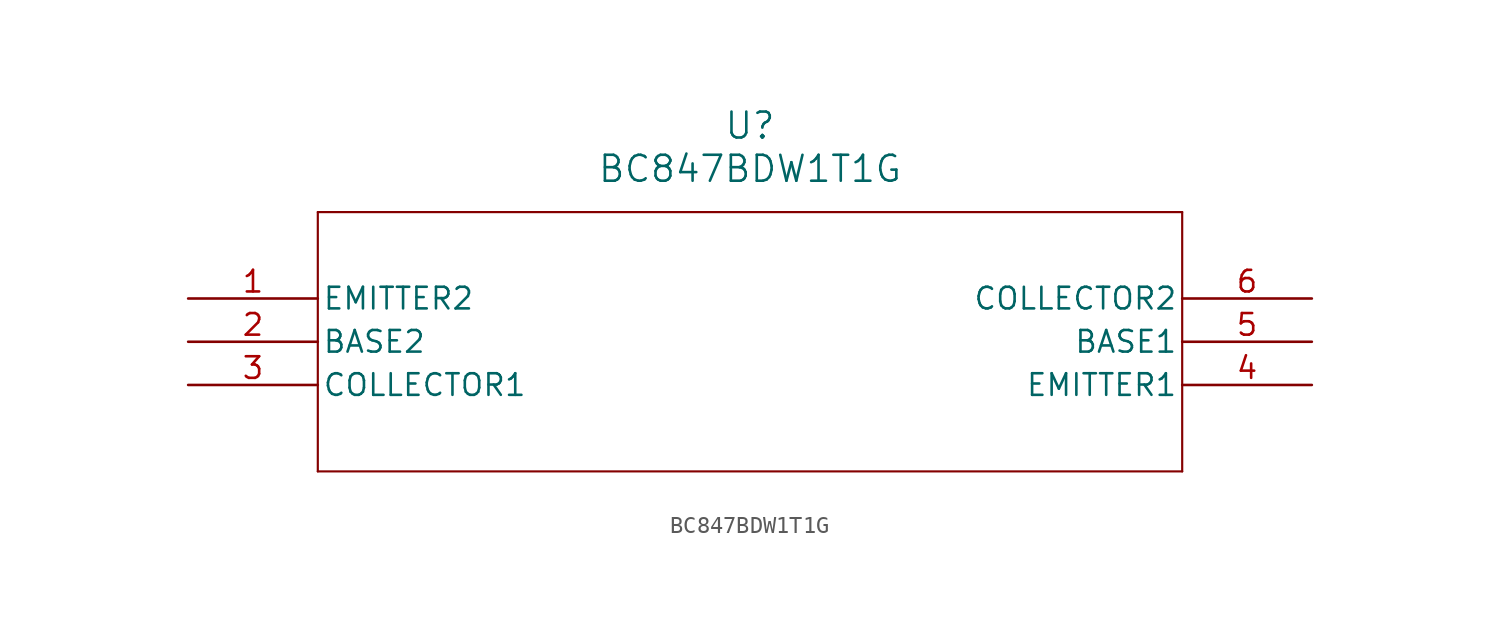
<source format=kicad_sym>
(kicad_symbol_lib
  (version 20211014)
  (generator kicad_symbol_editor)
  (symbol "BC847BDW1T1G"
    (pin_names
      (offset 0.254))
    (property "Reference" "U"
      (at 33.02 10.16 0)
      (effects (font (size 1.524 1.524))))
    (property "Value" "BC847BDW1T1G"
      (at 33.02 7.62 0)
      (effects (font (size 1.524 1.524))))
    (symbol "BC847BDW1T1G_0_1"
      (polyline (pts (xy 7.62 5.08) (xy 7.62 -10.16)) (stroke (width 0.127) (type default) (color 0 0 0 0)) (fill (type none)))
      (polyline (pts (xy 7.62 -10.16) (xy 58.42 -10.16)) (stroke (width 0.127) (type default) (color 0 0 0 0)) (fill (type none)))
      (polyline (pts (xy 58.42 -10.16) (xy 58.42 5.08)) (stroke (width 0.127) (type default) (color 0 0 0 0)) (fill (type none)))
      (polyline (pts (xy 58.42 5.08) (xy 7.62 5.08)) (stroke (width 0.127) (type default) (color 0 0 0 0)) (fill (type none)))
      (pin unspecified line (at 0 0 0) (length 7.62) (name "EMITTER2" (effects (font (size 1.27 1.27)))) (number "1" (effects (font (size 1.27 1.27)))))
      (pin unspecified line (at 0 -2.54 0) (length 7.62) (name "BASE2" (effects (font (size 1.27 1.27)))) (number "2" (effects (font (size 1.27 1.27)))))
      (pin unspecified line (at 0 -5.08 0) (length 7.62) (name "COLLECTOR1" (effects (font (size 1.27 1.27)))) (number "3" (effects (font (size 1.27 1.27)))))
      (pin unspecified line (at 66.04 -5.08 180) (length 7.62) (name "EMITTER1" (effects (font (size 1.27 1.27)))) (number "4" (effects (font (size 1.27 1.27)))))
      (pin unspecified line (at 66.04 -2.54 180) (length 7.62) (name "BASE1" (effects (font (size 1.27 1.27)))) (number "5" (effects (font (size 1.27 1.27)))))
      (pin unspecified line (at 66.04 0 180) (length 7.62) (name "COLLECTOR2" (effects (font (size 1.27 1.27)))) (number "6" (effects (font (size 1.27 1.27))))))))
</source>
